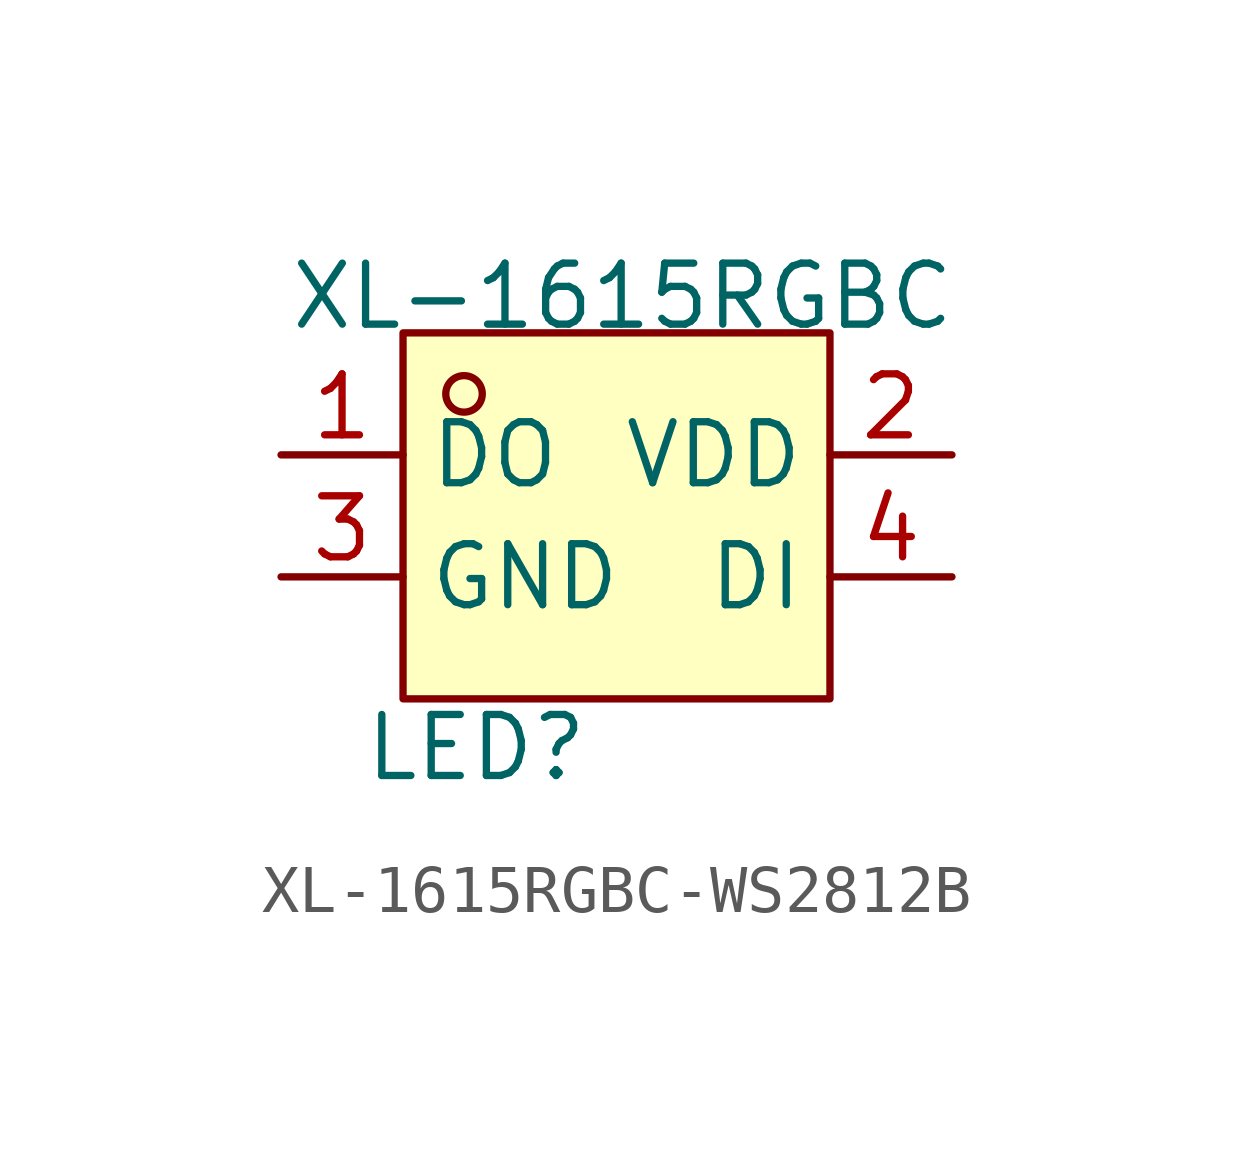
<source format=kicad_sym>
(kicad_symbol_lib
  (version 20231120)
  (generator "kicad_symbol_editor")
  (generator_version "8.0")
  (symbol "XL-1615RGBC-WS2812B"
    (property "Reference" "LED"
      (at -4.826 -4.826 0)
      (effects (font (size 1.27 1.27))))
    (property "Value" "XL-1615RGBC"
      (at -1.778 4.572 0)
      (effects (font (size 1.27 1.27))))
    (symbol "XL-1615RGBC-WS2812B_0_1"
      (rectangle (start -6.35 3.81) (end 2.54 -3.81) (stroke (width 0) (type default)) (fill (type background)))
      (circle (center -5.08 2.54) (radius 0.38) (stroke (width 0) (type default)) (fill (type none))))
    (symbol "XL-1615RGBC-WS2812B_1_1"
      (pin output line (at -8.89 1.27 0) (length 2.54) (name "DO" (effects (font (size 1.27 1.27)))) (number "1" (effects (font (size 1.27 1.27)))))
      (pin power_in line (at 5.08 1.27 180) (length 2.54) (name "VDD" (effects (font (size 1.27 1.27)))) (number "2" (effects (font (size 1.27 1.27)))))
      (pin power_in line (at -8.89 -1.27 0) (length 2.54) (name "GND" (effects (font (size 1.27 1.27)))) (number "3" (effects (font (size 1.27 1.27)))))
      (pin input line (at 5.08 -1.27 180) (length 2.54) (name "DI" (effects (font (size 1.27 1.27)))) (number "4" (effects (font (size 1.27 1.27))))))))
</source>
